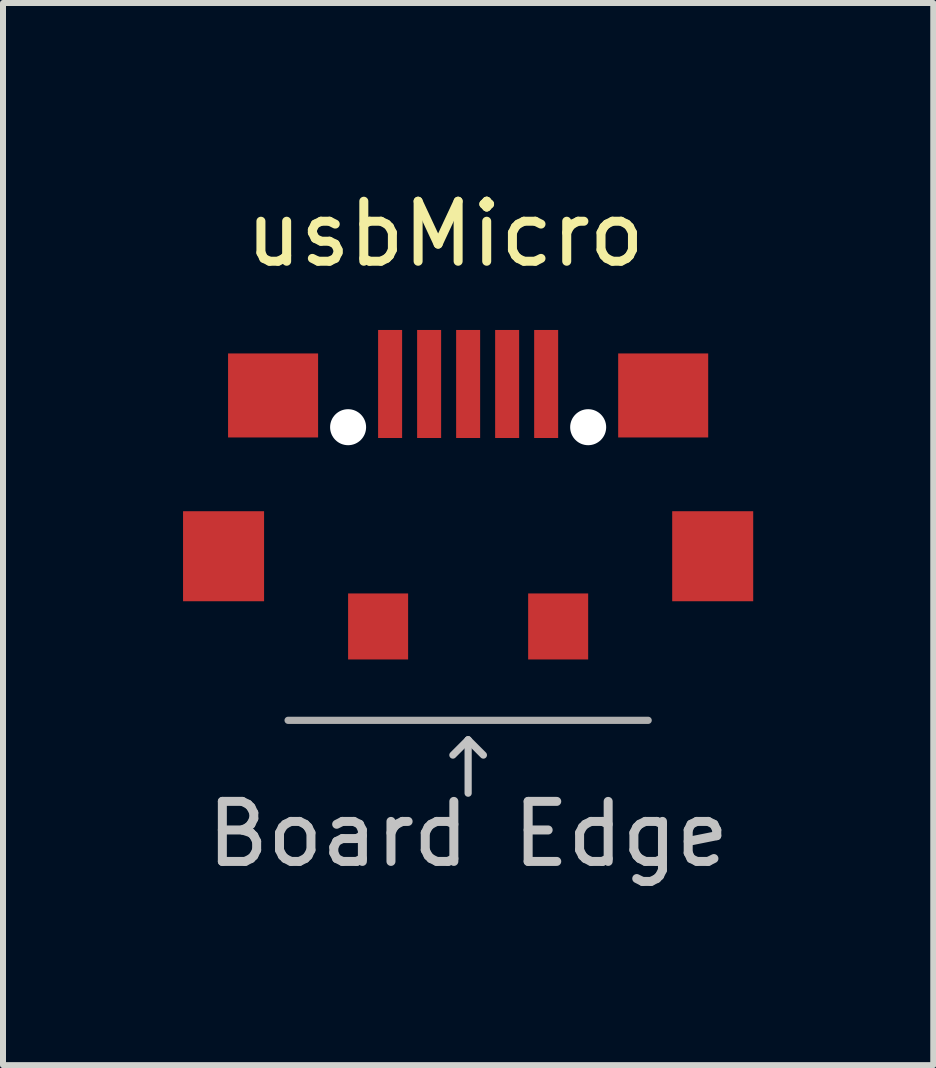
<source format=kicad_pcb>
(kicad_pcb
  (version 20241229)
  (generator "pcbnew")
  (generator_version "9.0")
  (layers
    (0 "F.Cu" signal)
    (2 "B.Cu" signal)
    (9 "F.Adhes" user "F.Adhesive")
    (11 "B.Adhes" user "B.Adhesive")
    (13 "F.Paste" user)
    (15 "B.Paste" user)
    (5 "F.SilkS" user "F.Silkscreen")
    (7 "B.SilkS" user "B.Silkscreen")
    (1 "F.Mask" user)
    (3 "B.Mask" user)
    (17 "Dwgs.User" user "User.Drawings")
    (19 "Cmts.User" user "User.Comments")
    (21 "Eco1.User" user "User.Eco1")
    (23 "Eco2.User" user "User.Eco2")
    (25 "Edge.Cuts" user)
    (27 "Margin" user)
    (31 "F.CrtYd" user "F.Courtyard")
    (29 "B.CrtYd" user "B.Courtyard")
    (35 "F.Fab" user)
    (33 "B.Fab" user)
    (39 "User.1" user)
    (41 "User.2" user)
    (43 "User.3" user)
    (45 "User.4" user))
  (footprint "usbMicro"
    (layer "F.Cu")
    (at 4.75 5.848)
    (property "Reference" "usbMicro" (at -0.381 -5 0) (layer "F.SilkS") (effects (font (size 1 1) (thickness 0.15))))
    (attr through_hole)
    (fp_line (start 0 3.429) (end -0.254 3.683) (stroke (width 0.12) (type solid)) (layer "Dwgs.User"))
    (fp_line (start 0 3.429) (end 0.254 3.683) (stroke (width 0.12) (type solid)) (layer "Dwgs.User"))
    (fp_line (start 0 4.318) (end 0 3.429) (stroke (width 0.12) (type solid)) (layer "Dwgs.User"))
    (fp_line (start -3 3.104) (end 3 3.104) (stroke (width 0.12) (type solid)) (layer "F.Fab"))
    (fp_text user "Board Edge" (at 0 5 0) (layer "Dwgs.User") (effects (font (size 1 1) (thickness 0.15))))
    (pad "" np_thru_hole circle (at -2 -1.78 90) (size 0.6 0.6) (drill 0.6) (layers "*.Cu" "*.Mask"))
    (pad "" np_thru_hole circle (at 2 -1.78 90) (size 0.6 0.6) (drill 0.6) (layers "*.Cu" "*.Mask"))
    (pad "1" smd rect (at -1.3 -2.5 90) (size 1.8 0.4) (layers "F.Cu" "F.Mask" "F.Paste"))
    (pad "2" smd rect (at -0.65 -2.5 90) (size 1.8 0.4) (layers "F.Cu" "F.Mask" "F.Paste"))
    (pad "3" smd rect (at 0 -2.5 90) (size 1.8 0.4) (layers "F.Cu" "F.Mask" "F.Paste"))
    (pad "4" smd rect (at 0.65 -2.5 90) (size 1.8 0.4) (layers "F.Cu" "F.Mask" "F.Paste"))
    (pad "5" smd rect (at 1.3 -2.5 90) (size 1.8 0.4) (layers "F.Cu" "F.Mask" "F.Paste"))
    (pad "6" smd rect (at -4.075 0.37 180) (size 1.35 1.5) (layers "F.Cu" "F.Mask" "F.Paste"))
    (pad "6" smd rect (at -3.25 -2.309 180) (size 1.5 1.4) (layers "F.Cu" "F.Mask" "F.Paste"))
    (pad "6" smd rect (at -1.5 1.54 90) (size 1.1 1) (layers "F.Cu" "F.Mask" "F.Paste"))
    (pad "6" smd rect (at 1.5 1.54 90) (size 1.1 1) (layers "F.Cu" "F.Mask" "F.Paste"))
    (pad "6" smd rect (at 3.25 -2.309 180) (size 1.5 1.4) (layers "F.Cu" "F.Mask" "F.Paste"))
    (pad "6" smd rect (at 4.075 0.37 180) (size 1.35 1.5) (layers "F.Cu" "F.Mask" "F.Paste")))
  (gr_rect
    (start -3 -3)
    (end 12.5 14.697)
    (stroke (width 0.1) (type default))
    (fill no)
    (layer "Edge.Cuts")))
</source>
